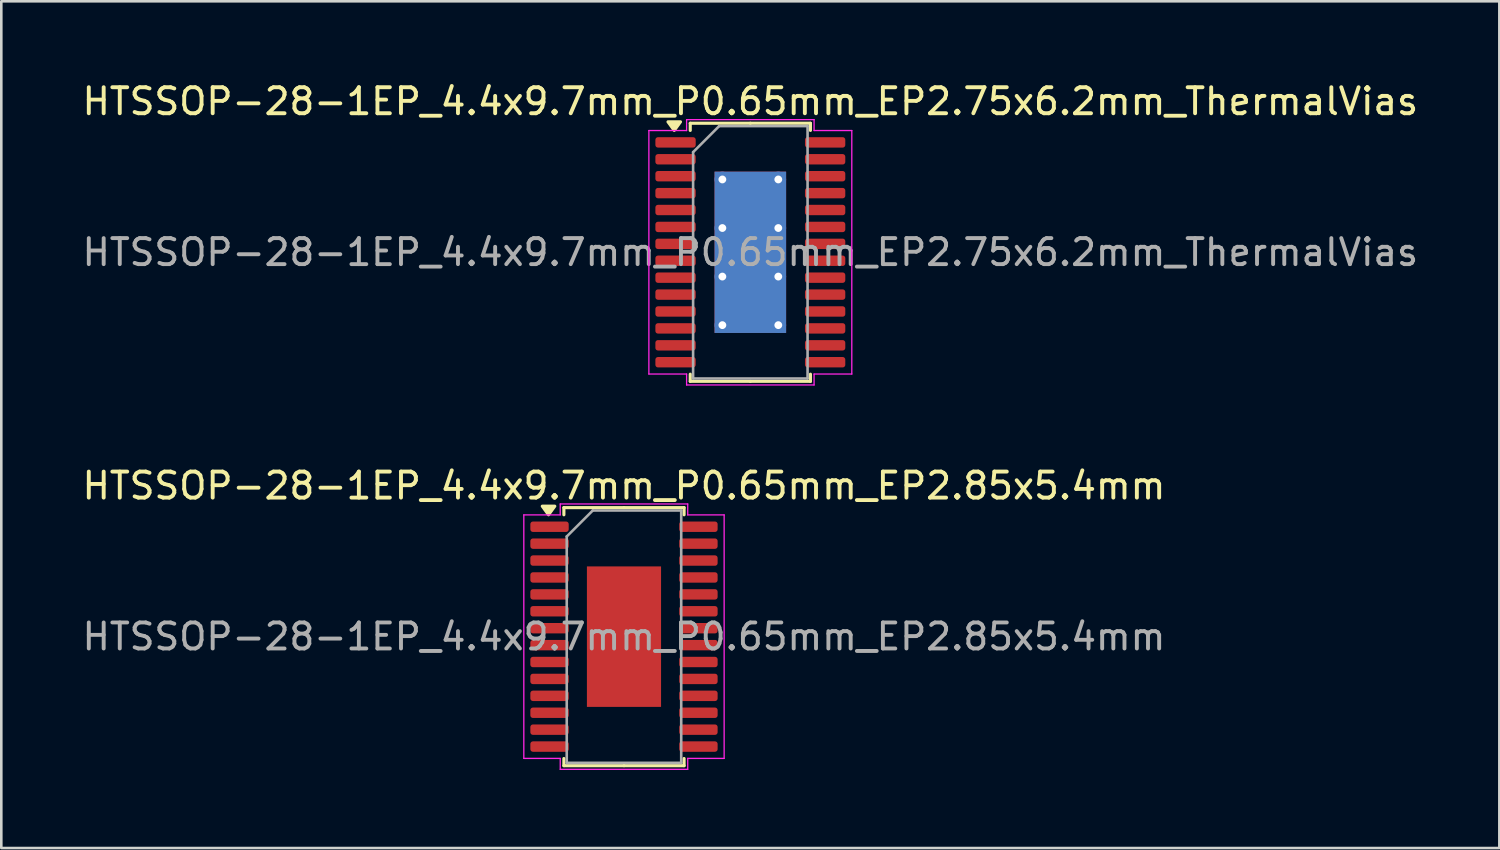
<source format=kicad_pcb>
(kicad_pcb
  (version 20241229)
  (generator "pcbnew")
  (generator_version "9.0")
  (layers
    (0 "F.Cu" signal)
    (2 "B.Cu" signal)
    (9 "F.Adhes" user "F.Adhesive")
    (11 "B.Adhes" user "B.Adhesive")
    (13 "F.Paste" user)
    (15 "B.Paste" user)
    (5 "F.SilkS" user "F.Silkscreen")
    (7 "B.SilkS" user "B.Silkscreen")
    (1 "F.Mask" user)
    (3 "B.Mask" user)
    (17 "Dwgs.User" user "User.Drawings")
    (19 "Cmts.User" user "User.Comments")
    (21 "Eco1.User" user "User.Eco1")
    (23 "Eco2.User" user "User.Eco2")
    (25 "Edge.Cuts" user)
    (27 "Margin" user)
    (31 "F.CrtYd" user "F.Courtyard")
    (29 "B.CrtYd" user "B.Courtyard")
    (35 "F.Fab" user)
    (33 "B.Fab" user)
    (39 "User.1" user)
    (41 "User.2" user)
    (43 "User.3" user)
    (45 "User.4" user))
  (footprint "HTSSOP-28-1EP_4.4x9.7mm_P0.65mm_EP2.75x6.2mm_ThermalVias"
    (layer "F.Cu")
    (at 25.792 6.648)
    (property "Reference" "HTSSOP-28-1EP_4.4x9.7mm_P0.65mm_EP2.75x6.2mm_ThermalVias" (at 0 -5.8 0) (layer "F.SilkS") (effects (font (size 1 1) (thickness 0.15))))
    (attr smd)
    (fp_line (start -2.31 -4.96) (end -2.31 -4.685) (stroke (width 0.12) (type solid)) (layer "F.SilkS"))
    (fp_line (start -2.31 4.96) (end -2.31 4.685) (stroke (width 0.12) (type solid)) (layer "F.SilkS"))
    (fp_line (start 0 -4.96) (end -2.31 -4.96) (stroke (width 0.12) (type solid)) (layer "F.SilkS"))
    (fp_line (start 0 -4.96) (end 2.31 -4.96) (stroke (width 0.12) (type solid)) (layer "F.SilkS"))
    (fp_line (start 0 4.96) (end -2.31 4.96) (stroke (width 0.12) (type solid)) (layer "F.SilkS"))
    (fp_line (start 0 4.96) (end 2.31 4.96) (stroke (width 0.12) (type solid)) (layer "F.SilkS"))
    (fp_line (start 2.31 -4.96) (end 2.31 -4.685) (stroke (width 0.12) (type solid)) (layer "F.SilkS"))
    (fp_line (start 2.31 4.96) (end 2.31 4.685) (stroke (width 0.12) (type solid)) (layer "F.SilkS"))
    (fp_poly (pts (xy -2.925 -4.685) (xy -3.165 -5.015) (xy -2.685 -5.015)) (stroke (width 0.12) (type solid)) (fill yes) (layer "F.SilkS"))
    (fp_line (start -3.9 -4.68) (end -2.45 -4.68) (stroke (width 0.05) (type solid)) (layer "F.CrtYd"))
    (fp_line (start -3.9 4.68) (end -3.9 -4.68) (stroke (width 0.05) (type solid)) (layer "F.CrtYd"))
    (fp_line (start -2.45 -5.1) (end 2.45 -5.1) (stroke (width 0.05) (type solid)) (layer "F.CrtYd"))
    (fp_line (start -2.45 -4.68) (end -2.45 -5.1) (stroke (width 0.05) (type solid)) (layer "F.CrtYd"))
    (fp_line (start -2.45 4.68) (end -3.9 4.68) (stroke (width 0.05) (type solid)) (layer "F.CrtYd"))
    (fp_line (start -2.45 5.1) (end -2.45 4.68) (stroke (width 0.05) (type solid)) (layer "F.CrtYd"))
    (fp_line (start 2.45 -5.1) (end 2.45 -4.68) (stroke (width 0.05) (type solid)) (layer "F.CrtYd"))
    (fp_line (start 2.45 -4.68) (end 3.9 -4.68) (stroke (width 0.05) (type solid)) (layer "F.CrtYd"))
    (fp_line (start 2.45 4.68) (end 2.45 5.1) (stroke (width 0.05) (type solid)) (layer "F.CrtYd"))
    (fp_line (start 2.45 5.1) (end -2.45 5.1) (stroke (width 0.05) (type solid)) (layer "F.CrtYd"))
    (fp_line (start 3.9 -4.68) (end 3.9 4.68) (stroke (width 0.05) (type solid)) (layer "F.CrtYd"))
    (fp_line (start 3.9 4.68) (end 2.45 4.68) (stroke (width 0.05) (type solid)) (layer "F.CrtYd"))
    (fp_line (start -2.2 -3.85) (end -1.2 -4.85) (stroke (width 0.1) (type solid)) (layer "F.Fab"))
    (fp_line (start -2.2 4.85) (end -2.2 -3.85) (stroke (width 0.1) (type solid)) (layer "F.Fab"))
    (fp_line (start -1.2 -4.85) (end 2.2 -4.85) (stroke (width 0.1) (type solid)) (layer "F.Fab"))
    (fp_line (start 2.2 -4.85) (end 2.2 4.85) (stroke (width 0.1) (type solid)) (layer "F.Fab"))
    (fp_line (start 2.2 4.85) (end -2.2 4.85) (stroke (width 0.1) (type solid)) (layer "F.Fab"))
    (fp_text user "${REFERENCE}" (at 0 0 0) (layer "F.Fab") (effects (font (size 1 1) (thickness 0.15))))
    (pad "" smd roundrect (at 0 -2.07) (size 2.22 1.67) (layers "F.Paste") (roundrect_rratio 0.15))
    (pad "" smd roundrect (at 0 0) (size 2.22 1.67) (layers "F.Paste") (roundrect_rratio 0.15))
    (pad "" smd roundrect (at 0 2.07) (size 2.22 1.67) (layers "F.Paste") (roundrect_rratio 0.15))
    (pad "1" smd roundrect (at -2.875 -4.225) (size 1.55 0.4) (layers "F.Cu" "F.Mask" "F.Paste") (roundrect_rratio 0.25))
    (pad "2" smd roundrect (at -2.875 -3.575) (size 1.55 0.4) (layers "F.Cu" "F.Mask" "F.Paste") (roundrect_rratio 0.25))
    (pad "3" smd roundrect (at -2.875 -2.925) (size 1.55 0.4) (layers "F.Cu" "F.Mask" "F.Paste") (roundrect_rratio 0.25))
    (pad "4" smd roundrect (at -2.875 -2.275) (size 1.55 0.4) (layers "F.Cu" "F.Mask" "F.Paste") (roundrect_rratio 0.25))
    (pad "5" smd roundrect (at -2.875 -1.625) (size 1.55 0.4) (layers "F.Cu" "F.Mask" "F.Paste") (roundrect_rratio 0.25))
    (pad "6" smd roundrect (at -2.875 -0.975) (size 1.55 0.4) (layers "F.Cu" "F.Mask" "F.Paste") (roundrect_rratio 0.25))
    (pad "7" smd roundrect (at -2.875 -0.325) (size 1.55 0.4) (layers "F.Cu" "F.Mask" "F.Paste") (roundrect_rratio 0.25))
    (pad "8" smd roundrect (at -2.875 0.325) (size 1.55 0.4) (layers "F.Cu" "F.Mask" "F.Paste") (roundrect_rratio 0.25))
    (pad "9" smd roundrect (at -2.875 0.975) (size 1.55 0.4) (layers "F.Cu" "F.Mask" "F.Paste") (roundrect_rratio 0.25))
    (pad "10" smd roundrect (at -2.875 1.625) (size 1.55 0.4) (layers "F.Cu" "F.Mask" "F.Paste") (roundrect_rratio 0.25))
    (pad "11" smd roundrect (at -2.875 2.275) (size 1.55 0.4) (layers "F.Cu" "F.Mask" "F.Paste") (roundrect_rratio 0.25))
    (pad "12" smd roundrect (at -2.875 2.925) (size 1.55 0.4) (layers "F.Cu" "F.Mask" "F.Paste") (roundrect_rratio 0.25))
    (pad "13" smd roundrect (at -2.875 3.575) (size 1.55 0.4) (layers "F.Cu" "F.Mask" "F.Paste") (roundrect_rratio 0.25))
    (pad "14" smd roundrect (at -2.875 4.225) (size 1.55 0.4) (layers "F.Cu" "F.Mask" "F.Paste") (roundrect_rratio 0.25))
    (pad "15" smd roundrect (at 2.875 4.225) (size 1.55 0.4) (layers "F.Cu" "F.Mask" "F.Paste") (roundrect_rratio 0.25))
    (pad "16" smd roundrect (at 2.875 3.575) (size 1.55 0.4) (layers "F.Cu" "F.Mask" "F.Paste") (roundrect_rratio 0.25))
    (pad "17" smd roundrect (at 2.875 2.925) (size 1.55 0.4) (layers "F.Cu" "F.Mask" "F.Paste") (roundrect_rratio 0.25))
    (pad "18" smd roundrect (at 2.875 2.275) (size 1.55 0.4) (layers "F.Cu" "F.Mask" "F.Paste") (roundrect_rratio 0.25))
    (pad "19" smd roundrect (at 2.875 1.625) (size 1.55 0.4) (layers "F.Cu" "F.Mask" "F.Paste") (roundrect_rratio 0.25))
    (pad "20" smd roundrect (at 2.875 0.975) (size 1.55 0.4) (layers "F.Cu" "F.Mask" "F.Paste") (roundrect_rratio 0.25))
    (pad "21" smd roundrect (at 2.875 0.325) (size 1.55 0.4) (layers "F.Cu" "F.Mask" "F.Paste") (roundrect_rratio 0.25))
    (pad "22" smd roundrect (at 2.875 -0.325) (size 1.55 0.4) (layers "F.Cu" "F.Mask" "F.Paste") (roundrect_rratio 0.25))
    (pad "23" smd roundrect (at 2.875 -0.975) (size 1.55 0.4) (layers "F.Cu" "F.Mask" "F.Paste") (roundrect_rratio 0.25))
    (pad "24" smd roundrect (at 2.875 -1.625) (size 1.55 0.4) (layers "F.Cu" "F.Mask" "F.Paste") (roundrect_rratio 0.25))
    (pad "25" smd roundrect (at 2.875 -2.275) (size 1.55 0.4) (layers "F.Cu" "F.Mask" "F.Paste") (roundrect_rratio 0.25))
    (pad "26" smd roundrect (at 2.875 -2.925) (size 1.55 0.4) (layers "F.Cu" "F.Mask" "F.Paste") (roundrect_rratio 0.25))
    (pad "27" smd roundrect (at 2.875 -3.575) (size 1.55 0.4) (layers "F.Cu" "F.Mask" "F.Paste") (roundrect_rratio 0.25))
    (pad "28" smd roundrect (at 2.875 -4.225) (size 1.55 0.4) (layers "F.Cu" "F.Mask" "F.Paste") (roundrect_rratio 0.25))
    (pad "29" thru_hole circle (at -1.075 -2.8) (size 0.6 0.6) (drill 0.3) (property pad_prop_heatsink) (layers "*.Cu"))
    (pad "29" thru_hole circle (at -1.075 -0.933) (size 0.6 0.6) (drill 0.3) (property pad_prop_heatsink) (layers "*.Cu"))
    (pad "29" thru_hole circle (at -1.075 0.933) (size 0.6 0.6) (drill 0.3) (property pad_prop_heatsink) (layers "*.Cu"))
    (pad "29" thru_hole circle (at -1.075 2.8) (size 0.6 0.6) (drill 0.3) (property pad_prop_heatsink) (layers "*.Cu"))
    (pad "29" smd rect (at 0 0) (size 2.75 6.2) (property pad_prop_heatsink) (layers "F.Cu" "F.Mask"))
    (pad "29" smd rect (at 0 0) (size 2.75 6.2) (property pad_prop_heatsink) (layers "B.Cu"))
    (pad "29" thru_hole circle (at 1.075 -2.8) (size 0.6 0.6) (drill 0.3) (property pad_prop_heatsink) (layers "*.Cu"))
    (pad "29" thru_hole circle (at 1.075 -0.933) (size 0.6 0.6) (drill 0.3) (property pad_prop_heatsink) (layers "*.Cu"))
    (pad "29" thru_hole circle (at 1.075 0.933) (size 0.6 0.6) (drill 0.3) (property pad_prop_heatsink) (layers "*.Cu"))
    (pad "29" thru_hole circle (at 1.075 2.8) (size 0.6 0.6) (drill 0.3) (property pad_prop_heatsink) (layers "*.Cu")))
  (footprint "HTSSOP-28-1EP_4.4x9.7mm_P0.65mm_EP2.85x5.4mm"
    (layer "F.Cu")
    (at 20.935 21.422)
    (property "Reference" "HTSSOP-28-1EP_4.4x9.7mm_P0.65mm_EP2.85x5.4mm" (at 0 -5.8 0) (layer "F.SilkS") (effects (font (size 1 1) (thickness 0.15))))
    (attr smd)
    (fp_line (start -2.31 -4.96) (end -2.31 -4.685) (stroke (width 0.12) (type solid)) (layer "F.SilkS"))
    (fp_line (start -2.31 4.96) (end -2.31 4.685) (stroke (width 0.12) (type solid)) (layer "F.SilkS"))
    (fp_line (start 0 -4.96) (end -2.31 -4.96) (stroke (width 0.12) (type solid)) (layer "F.SilkS"))
    (fp_line (start 0 -4.96) (end 2.31 -4.96) (stroke (width 0.12) (type solid)) (layer "F.SilkS"))
    (fp_line (start 0 4.96) (end -2.31 4.96) (stroke (width 0.12) (type solid)) (layer "F.SilkS"))
    (fp_line (start 0 4.96) (end 2.31 4.96) (stroke (width 0.12) (type solid)) (layer "F.SilkS"))
    (fp_line (start 2.31 -4.96) (end 2.31 -4.685) (stroke (width 0.12) (type solid)) (layer "F.SilkS"))
    (fp_line (start 2.31 4.96) (end 2.31 4.685) (stroke (width 0.12) (type solid)) (layer "F.SilkS"))
    (fp_poly (pts (xy -2.9 -4.685) (xy -3.14 -5.015) (xy -2.66 -5.015)) (stroke (width 0.12) (type solid)) (fill yes) (layer "F.SilkS"))
    (fp_line (start -3.85 -4.68) (end -2.45 -4.68) (stroke (width 0.05) (type solid)) (layer "F.CrtYd"))
    (fp_line (start -3.85 4.68) (end -3.85 -4.68) (stroke (width 0.05) (type solid)) (layer "F.CrtYd"))
    (fp_line (start -2.45 -5.1) (end 2.45 -5.1) (stroke (width 0.05) (type solid)) (layer "F.CrtYd"))
    (fp_line (start -2.45 -4.68) (end -2.45 -5.1) (stroke (width 0.05) (type solid)) (layer "F.CrtYd"))
    (fp_line (start -2.45 4.68) (end -3.85 4.68) (stroke (width 0.05) (type solid)) (layer "F.CrtYd"))
    (fp_line (start -2.45 5.1) (end -2.45 4.68) (stroke (width 0.05) (type solid)) (layer "F.CrtYd"))
    (fp_line (start 2.45 -5.1) (end 2.45 -4.68) (stroke (width 0.05) (type solid)) (layer "F.CrtYd"))
    (fp_line (start 2.45 -4.68) (end 3.85 -4.68) (stroke (width 0.05) (type solid)) (layer "F.CrtYd"))
    (fp_line (start 2.45 4.68) (end 2.45 5.1) (stroke (width 0.05) (type solid)) (layer "F.CrtYd"))
    (fp_line (start 2.45 5.1) (end -2.45 5.1) (stroke (width 0.05) (type solid)) (layer "F.CrtYd"))
    (fp_line (start 3.85 -4.68) (end 3.85 4.68) (stroke (width 0.05) (type solid)) (layer "F.CrtYd"))
    (fp_line (start 3.85 4.68) (end 2.45 4.68) (stroke (width 0.05) (type solid)) (layer "F.CrtYd"))
    (fp_line (start -2.2 -3.85) (end -1.2 -4.85) (stroke (width 0.1) (type solid)) (layer "F.Fab"))
    (fp_line (start -2.2 4.85) (end -2.2 -3.85) (stroke (width 0.1) (type solid)) (layer "F.Fab"))
    (fp_line (start -1.2 -4.85) (end 2.2 -4.85) (stroke (width 0.1) (type solid)) (layer "F.Fab"))
    (fp_line (start 2.2 -4.85) (end 2.2 4.85) (stroke (width 0.1) (type solid)) (layer "F.Fab"))
    (fp_line (start 2.2 4.85) (end -2.2 4.85) (stroke (width 0.1) (type solid)) (layer "F.Fab"))
    (fp_text user "${REFERENCE}" (at 0 0 0) (layer "F.Fab") (effects (font (size 1 1) (thickness 0.15))))
    (pad "" smd roundrect (at 0 0) (size 2.3 4.35) (layers "F.Paste") (roundrect_rratio 0.109))
    (pad "1" smd roundrect (at -2.862 -4.225) (size 1.475 0.4) (layers "F.Cu" "F.Mask" "F.Paste") (roundrect_rratio 0.25))
    (pad "2" smd roundrect (at -2.862 -3.575) (size 1.475 0.4) (layers "F.Cu" "F.Mask" "F.Paste") (roundrect_rratio 0.25))
    (pad "3" smd roundrect (at -2.862 -2.925) (size 1.475 0.4) (layers "F.Cu" "F.Mask" "F.Paste") (roundrect_rratio 0.25))
    (pad "4" smd roundrect (at -2.862 -2.275) (size 1.475 0.4) (layers "F.Cu" "F.Mask" "F.Paste") (roundrect_rratio 0.25))
    (pad "5" smd roundrect (at -2.862 -1.625) (size 1.475 0.4) (layers "F.Cu" "F.Mask" "F.Paste") (roundrect_rratio 0.25))
    (pad "6" smd roundrect (at -2.862 -0.975) (size 1.475 0.4) (layers "F.Cu" "F.Mask" "F.Paste") (roundrect_rratio 0.25))
    (pad "7" smd roundrect (at -2.862 -0.325) (size 1.475 0.4) (layers "F.Cu" "F.Mask" "F.Paste") (roundrect_rratio 0.25))
    (pad "8" smd roundrect (at -2.862 0.325) (size 1.475 0.4) (layers "F.Cu" "F.Mask" "F.Paste") (roundrect_rratio 0.25))
    (pad "9" smd roundrect (at -2.862 0.975) (size 1.475 0.4) (layers "F.Cu" "F.Mask" "F.Paste") (roundrect_rratio 0.25))
    (pad "10" smd roundrect (at -2.862 1.625) (size 1.475 0.4) (layers "F.Cu" "F.Mask" "F.Paste") (roundrect_rratio 0.25))
    (pad "11" smd roundrect (at -2.862 2.275) (size 1.475 0.4) (layers "F.Cu" "F.Mask" "F.Paste") (roundrect_rratio 0.25))
    (pad "12" smd roundrect (at -2.862 2.925) (size 1.475 0.4) (layers "F.Cu" "F.Mask" "F.Paste") (roundrect_rratio 0.25))
    (pad "13" smd roundrect (at -2.862 3.575) (size 1.475 0.4) (layers "F.Cu" "F.Mask" "F.Paste") (roundrect_rratio 0.25))
    (pad "14" smd roundrect (at -2.862 4.225) (size 1.475 0.4) (layers "F.Cu" "F.Mask" "F.Paste") (roundrect_rratio 0.25))
    (pad "15" smd roundrect (at 2.862 4.225) (size 1.475 0.4) (layers "F.Cu" "F.Mask" "F.Paste") (roundrect_rratio 0.25))
    (pad "16" smd roundrect (at 2.862 3.575) (size 1.475 0.4) (layers "F.Cu" "F.Mask" "F.Paste") (roundrect_rratio 0.25))
    (pad "17" smd roundrect (at 2.862 2.925) (size 1.475 0.4) (layers "F.Cu" "F.Mask" "F.Paste") (roundrect_rratio 0.25))
    (pad "18" smd roundrect (at 2.862 2.275) (size 1.475 0.4) (layers "F.Cu" "F.Mask" "F.Paste") (roundrect_rratio 0.25))
    (pad "19" smd roundrect (at 2.862 1.625) (size 1.475 0.4) (layers "F.Cu" "F.Mask" "F.Paste") (roundrect_rratio 0.25))
    (pad "20" smd roundrect (at 2.862 0.975) (size 1.475 0.4) (layers "F.Cu" "F.Mask" "F.Paste") (roundrect_rratio 0.25))
    (pad "21" smd roundrect (at 2.862 0.325) (size 1.475 0.4) (layers "F.Cu" "F.Mask" "F.Paste") (roundrect_rratio 0.25))
    (pad "22" smd roundrect (at 2.862 -0.325) (size 1.475 0.4) (layers "F.Cu" "F.Mask" "F.Paste") (roundrect_rratio 0.25))
    (pad "23" smd roundrect (at 2.862 -0.975) (size 1.475 0.4) (layers "F.Cu" "F.Mask" "F.Paste") (roundrect_rratio 0.25))
    (pad "24" smd roundrect (at 2.862 -1.625) (size 1.475 0.4) (layers "F.Cu" "F.Mask" "F.Paste") (roundrect_rratio 0.25))
    (pad "25" smd roundrect (at 2.862 -2.275) (size 1.475 0.4) (layers "F.Cu" "F.Mask" "F.Paste") (roundrect_rratio 0.25))
    (pad "26" smd roundrect (at 2.862 -2.925) (size 1.475 0.4) (layers "F.Cu" "F.Mask" "F.Paste") (roundrect_rratio 0.25))
    (pad "27" smd roundrect (at 2.862 -3.575) (size 1.475 0.4) (layers "F.Cu" "F.Mask" "F.Paste") (roundrect_rratio 0.25))
    (pad "28" smd roundrect (at 2.862 -4.225) (size 1.475 0.4) (layers "F.Cu" "F.Mask" "F.Paste") (roundrect_rratio 0.25))
    (pad "29" smd rect (at 0 0) (size 2.85 5.4) (property pad_prop_heatsink) (layers "F.Cu" "F.Mask")))
  (gr_rect
    (start -3 -3)
    (end 54.583 29.547)
    (stroke (width 0.1) (type default))
    (fill no)
    (layer "Edge.Cuts")))
</source>
